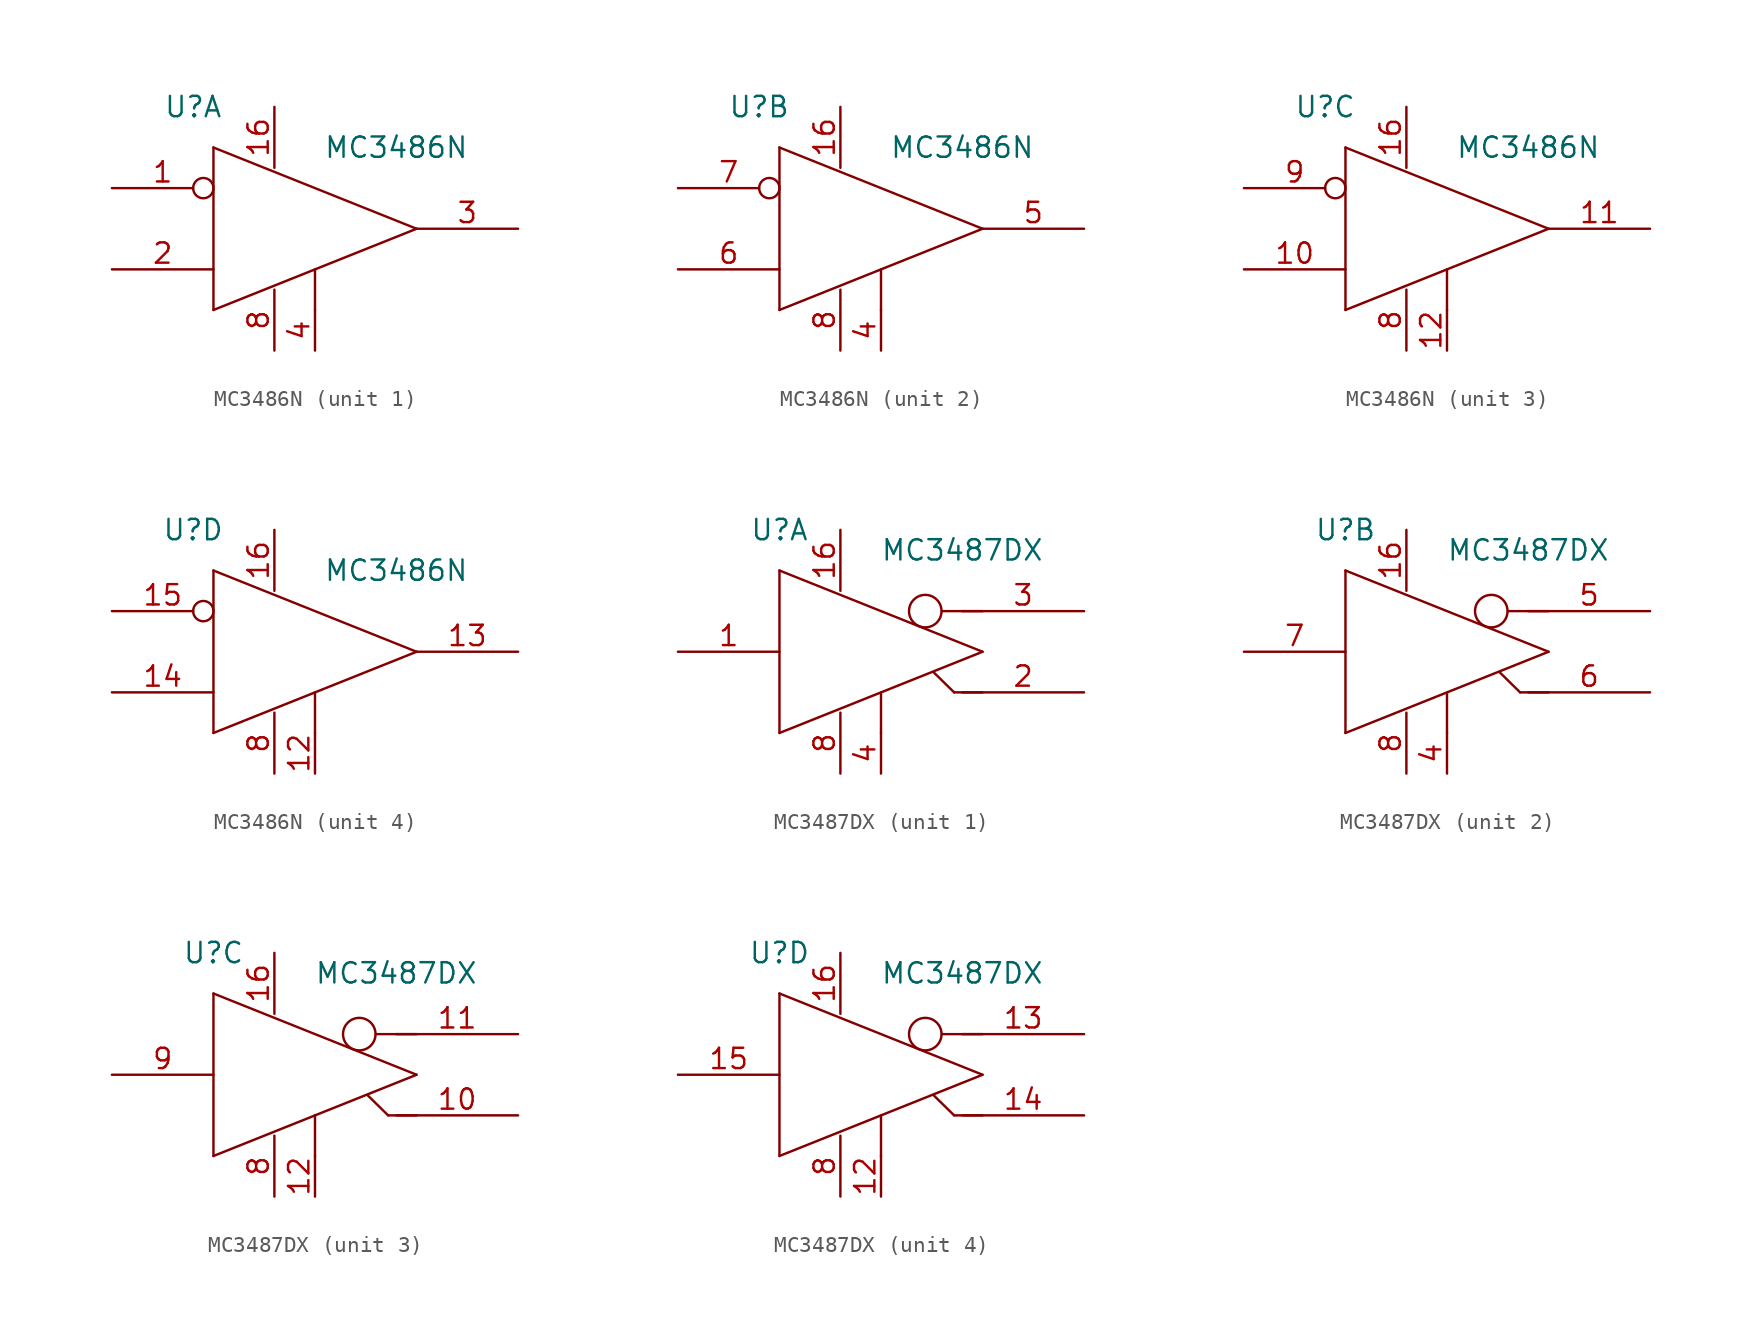
<source format=kicad_sym>
(kicad_symbol_lib
  (version 20201005)
  (generator kicad_symbol_editor)
  (symbol "MC3486N"
    (pin_names
      (offset 1.016) hide)
    (property "Reference" "U"
      (at -7.62 7.62 0)
      (effects (font (size 1.27 1.27))))
    (property "Value" "MC3486N"
      (at 5.08 5.08 0)
      (effects (font (size 1.27 1.27))))
    (symbol "MC3486N_0_1"
      (polyline (pts (xy -6.35 -5.08) (xy 6.35 0)) (stroke (width 0)) (fill (type none)))
      (polyline (pts (xy -6.35 5.08) (xy -6.35 -5.08)) (stroke (width 0)) (fill (type none)))
      (polyline (pts (xy 0 -5.08) (xy 0 -2.54)) (stroke (width 0)) (fill (type none)))
      (polyline (pts (xy 6.35 0) (xy -6.35 5.08)) (stroke (width 0)) (fill (type none))))
    (symbol "MC3486N_1_1"
      (pin input inverted (at -12.7 2.54 0) (length 6.35) (name "E-" (effects (font (size 1.27 1.27)))) (number "1" (effects (font (size 1.27 1.27)))))
      (pin power_in line (at -2.54 7.62 270) (length 3.81) (name "VCC" (effects (font (size 1.27 1.27)))) (number "16" (effects (font (size 1.27 1.27)))))
      (pin input line (at -12.7 -2.54 0) (length 6.35) (name "E+" (effects (font (size 1.27 1.27)))) (number "2" (effects (font (size 1.27 1.27)))))
      (pin tri_state line (at 12.7 0 180) (length 6.35) (name "OUT" (effects (font (size 1.27 1.27)))) (number "3" (effects (font (size 1.27 1.27)))))
      (pin input line (at 0 -7.62 90) (length 2.54) (name "ENABLE" (effects (font (size 1.27 1.27)))) (number "4" (effects (font (size 1.27 1.27)))))
      (pin power_in line (at -2.54 -7.62 90) (length 3.81) (name "GND" (effects (font (size 1.27 1.27)))) (number "8" (effects (font (size 1.27 1.27))))))
    (symbol "MC3486N_2_1"
      (pin power_in line (at -2.54 7.62 270) (length 3.81) (name "VCC" (effects (font (size 1.27 1.27)))) (number "16" (effects (font (size 1.27 1.27)))))
      (pin input line (at 0 -7.62 90) (length 2.54) (name "ENABLE" (effects (font (size 1.27 1.27)))) (number "4" (effects (font (size 1.27 1.27)))))
      (pin tri_state line (at 12.7 0 180) (length 6.35) (name "OUT" (effects (font (size 1.27 1.27)))) (number "5" (effects (font (size 1.27 1.27)))))
      (pin input line (at -12.7 -2.54 0) (length 6.35) (name "E+" (effects (font (size 1.27 1.27)))) (number "6" (effects (font (size 1.27 1.27)))))
      (pin input inverted (at -12.7 2.54 0) (length 6.35) (name "E-" (effects (font (size 1.27 1.27)))) (number "7" (effects (font (size 1.27 1.27)))))
      (pin power_in line (at -2.54 -7.62 90) (length 3.81) (name "GND" (effects (font (size 1.27 1.27)))) (number "8" (effects (font (size 1.27 1.27))))))
    (symbol "MC3486N_3_1"
      (pin input line (at -12.7 -2.54 0) (length 6.35) (name "E+" (effects (font (size 1.27 1.27)))) (number "10" (effects (font (size 1.27 1.27)))))
      (pin tri_state line (at 12.7 0 180) (length 6.35) (name "OUT" (effects (font (size 1.27 1.27)))) (number "11" (effects (font (size 1.27 1.27)))))
      (pin input line (at 0 -7.62 90) (length 2.54) (name "ENABLE" (effects (font (size 1.27 1.27)))) (number "12" (effects (font (size 1.27 1.27)))))
      (pin power_in line (at -2.54 7.62 270) (length 3.81) (name "VCC" (effects (font (size 1.27 1.27)))) (number "16" (effects (font (size 1.27 1.27)))))
      (pin power_in line (at -2.54 -7.62 90) (length 3.81) (name "GND" (effects (font (size 1.27 1.27)))) (number "8" (effects (font (size 1.27 1.27)))))
      (pin input inverted (at -12.7 2.54 0) (length 6.35) (name "E-" (effects (font (size 1.27 1.27)))) (number "9" (effects (font (size 1.27 1.27))))))
    (symbol "MC3486N_4_1"
      (pin input line (at 0 -7.62 90) (length 2.54) (name "ENABLE" (effects (font (size 1.27 1.27)))) (number "12" (effects (font (size 1.27 1.27)))))
      (pin tri_state line (at 12.7 0 180) (length 6.35) (name "OUT" (effects (font (size 1.27 1.27)))) (number "13" (effects (font (size 1.27 1.27)))))
      (pin input line (at -12.7 -2.54 0) (length 6.35) (name "E+" (effects (font (size 1.27 1.27)))) (number "14" (effects (font (size 1.27 1.27)))))
      (pin input inverted (at -12.7 2.54 0) (length 6.35) (name "E-" (effects (font (size 1.27 1.27)))) (number "15" (effects (font (size 1.27 1.27)))))
      (pin power_in line (at -2.54 7.62 270) (length 3.81) (name "VCC" (effects (font (size 1.27 1.27)))) (number "16" (effects (font (size 1.27 1.27)))))
      (pin power_in line (at -2.54 -7.62 90) (length 3.81) (name "GND" (effects (font (size 1.27 1.27)))) (number "8" (effects (font (size 1.27 1.27)))))))
  (symbol "MC3487DX"
    (pin_names
      (offset 1.016) hide)
    (property "Reference" "U"
      (at -6.35 7.62 0)
      (effects (font (size 1.27 1.27))))
    (property "Value" "MC3487DX"
      (at 5.08 6.35 0)
      (effects (font (size 1.27 1.27))))
    (symbol "MC3487DX_0_1"
      (circle (center 2.769 2.54) (radius 1.016) (stroke (width 0)) (fill (type none)))
      (polyline (pts (xy -6.35 -5.08) (xy 6.35 0)) (stroke (width 0)) (fill (type none)))
      (polyline (pts (xy -6.35 5.08) (xy -6.35 -5.08)) (stroke (width 0)) (fill (type none)))
      (polyline (pts (xy 0 -5.08) (xy 0 -2.54)) (stroke (width 0)) (fill (type none)))
      (polyline (pts (xy 3.81 2.54) (xy 6.35 2.54)) (stroke (width 0)) (fill (type none)))
      (polyline (pts (xy 4.572 -2.54) (xy 3.277 -1.27)) (stroke (width 0)) (fill (type none)))
      (polyline (pts (xy 6.35 -2.54) (xy 4.572 -2.54)) (stroke (width 0)) (fill (type none)))
      (polyline (pts (xy 6.35 0) (xy -6.35 5.08)) (stroke (width 0)) (fill (type none))))
    (symbol "MC3487DX_1_1"
      (pin input line (at -12.7 0 0) (length 6.35) (name "INPUT" (effects (font (size 1.27 1.27)))) (number "1" (effects (font (size 1.27 1.27)))))
      (pin power_in line (at -2.54 7.62 270) (length 3.81) (name "VCC" (effects (font (size 1.27 1.27)))) (number "16" (effects (font (size 1.27 1.27)))))
      (pin tri_state line (at 12.7 -2.54 180) (length 7.62) (name "OUT+" (effects (font (size 1.27 1.27)))) (number "2" (effects (font (size 1.27 1.27)))))
      (pin tri_state line (at 12.7 2.54 180) (length 7.62) (name "OUT-" (effects (font (size 1.27 1.27)))) (number "3" (effects (font (size 1.27 1.27)))))
      (pin input line (at 0 -7.62 90) (length 2.54) (name "ENABLE" (effects (font (size 1.27 1.27)))) (number "4" (effects (font (size 1.27 1.27)))))
      (pin power_in line (at -2.54 -7.62 90) (length 3.81) (name "GND" (effects (font (size 1.27 1.27)))) (number "8" (effects (font (size 1.27 1.27))))))
    (symbol "MC3487DX_2_1"
      (pin power_in line (at -2.54 7.62 270) (length 3.81) (name "VCC" (effects (font (size 1.27 1.27)))) (number "16" (effects (font (size 1.27 1.27)))))
      (pin input line (at 0 -7.62 90) (length 2.54) (name "ENABLE" (effects (font (size 1.27 1.27)))) (number "4" (effects (font (size 1.27 1.27)))))
      (pin tri_state line (at 12.7 2.54 180) (length 7.62) (name "OUT-" (effects (font (size 1.27 1.27)))) (number "5" (effects (font (size 1.27 1.27)))))
      (pin tri_state line (at 12.7 -2.54 180) (length 7.62) (name "OUT+" (effects (font (size 1.27 1.27)))) (number "6" (effects (font (size 1.27 1.27)))))
      (pin input line (at -12.7 0 0) (length 6.35) (name "INPUT" (effects (font (size 1.27 1.27)))) (number "7" (effects (font (size 1.27 1.27)))))
      (pin power_in line (at -2.54 -7.62 90) (length 3.81) (name "GND" (effects (font (size 1.27 1.27)))) (number "8" (effects (font (size 1.27 1.27))))))
    (symbol "MC3487DX_3_1"
      (pin tri_state line (at 12.7 -2.54 180) (length 7.62) (name "OUT+" (effects (font (size 1.27 1.27)))) (number "10" (effects (font (size 1.27 1.27)))))
      (pin tri_state line (at 12.7 2.54 180) (length 7.62) (name "OUT-" (effects (font (size 1.27 1.27)))) (number "11" (effects (font (size 1.27 1.27)))))
      (pin input line (at 0 -7.62 90) (length 2.54) (name "ENABLE" (effects (font (size 1.27 1.27)))) (number "12" (effects (font (size 1.27 1.27)))))
      (pin power_in line (at -2.54 7.62 270) (length 3.81) (name "VCC" (effects (font (size 1.27 1.27)))) (number "16" (effects (font (size 1.27 1.27)))))
      (pin power_in line (at -2.54 -7.62 90) (length 3.81) (name "GND" (effects (font (size 1.27 1.27)))) (number "8" (effects (font (size 1.27 1.27)))))
      (pin input line (at -12.7 0 0) (length 6.35) (name "INPUT" (effects (font (size 1.27 1.27)))) (number "9" (effects (font (size 1.27 1.27))))))
    (symbol "MC3487DX_4_1"
      (pin input line (at 0 -7.62 90) (length 2.54) (name "ENABLE" (effects (font (size 1.27 1.27)))) (number "12" (effects (font (size 1.27 1.27)))))
      (pin tri_state line (at 12.7 2.54 180) (length 7.62) (name "OUT-" (effects (font (size 1.27 1.27)))) (number "13" (effects (font (size 1.27 1.27)))))
      (pin tri_state line (at 12.7 -2.54 180) (length 7.62) (name "OUT+" (effects (font (size 1.27 1.27)))) (number "14" (effects (font (size 1.27 1.27)))))
      (pin input line (at -12.7 0 0) (length 6.35) (name "INPUT" (effects (font (size 1.27 1.27)))) (number "15" (effects (font (size 1.27 1.27)))))
      (pin power_in line (at -2.54 7.62 270) (length 3.81) (name "VCC" (effects (font (size 1.27 1.27)))) (number "16" (effects (font (size 1.27 1.27)))))
      (pin power_in line (at -2.54 -7.62 90) (length 3.81) (name "GND" (effects (font (size 1.27 1.27)))) (number "8" (effects (font (size 1.27 1.27))))))))
</source>
